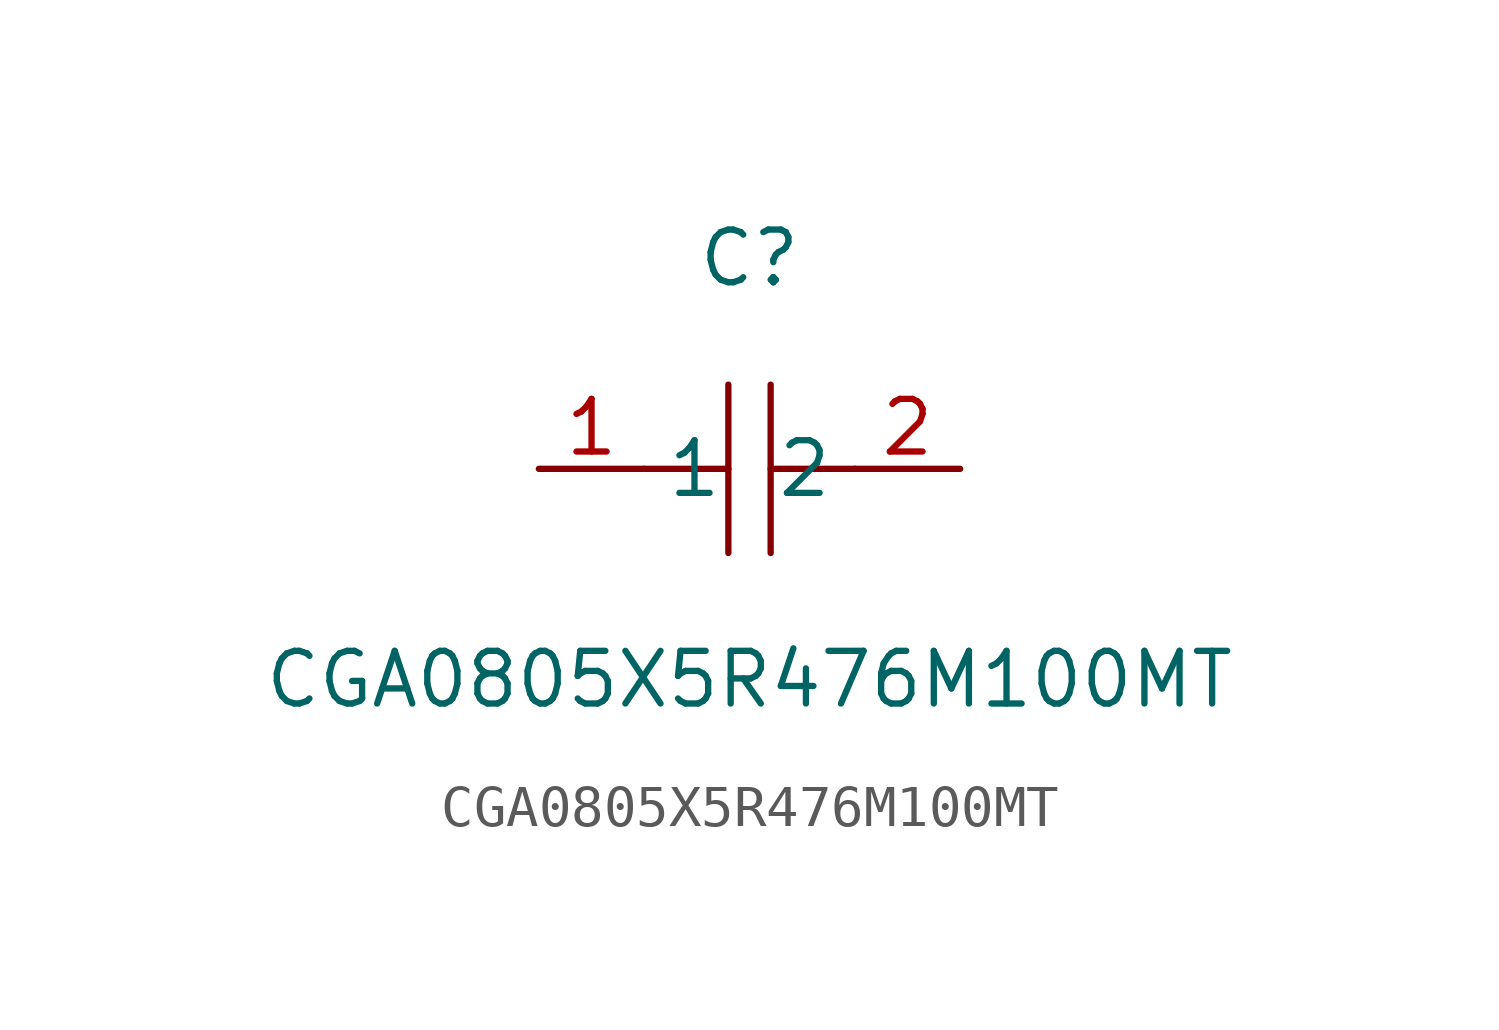
<source format=kicad_sym>
(kicad_symbol_lib
  (version 1)
  (generator "faebryk")
  (symbol "CGA0805X5R476M100MT"
    (property "Reference" "C"
      (at 0 5.08 0)
      (effects (font (size 1.27 1.27)) (hide no)))
    (property "Value" "CGA0805X5R476M100MT"
      (at 0 -5.08 0)
      (effects (font (size 1.27 1.27)) (hide no)))
    (symbol "CGA0805X5R476M100MT_0_1"
      (polyline (stroke (width 0) (type default) (color 0 0 0 0)) (fill (type none)) (pts (xy -0.51 -2.03) (xy -0.51 2.03)))
      (polyline (stroke (width 0) (type default) (color 0 0 0 0)) (fill (type none)) (pts (xy 2.54 0) (xy 0.51 0)))
      (polyline (stroke (width 0) (type default) (color 0 0 0 0)) (fill (type none)) (pts (xy 0.51 2.03) (xy 0.51 -2.03)))
      (polyline (stroke (width 0) (type default) (color 0 0 0 0)) (fill (type none)) (pts (xy -0.51 0) (xy -2.54 0)))
      (pin unspecified line (at -5.08 0 0) (length 2.54) (name "1" (effects (font (size 1.27 1.27)) (hide no))) (number "1" (effects (font (size 1.27 1.27)) (hide no))))
      (pin unspecified line (at 5.08 0 180) (length 2.54) (name "2" (effects (font (size 1.27 1.27)) (hide no))) (number "2" (effects (font (size 1.27 1.27)) (hide no)))))))
</source>
